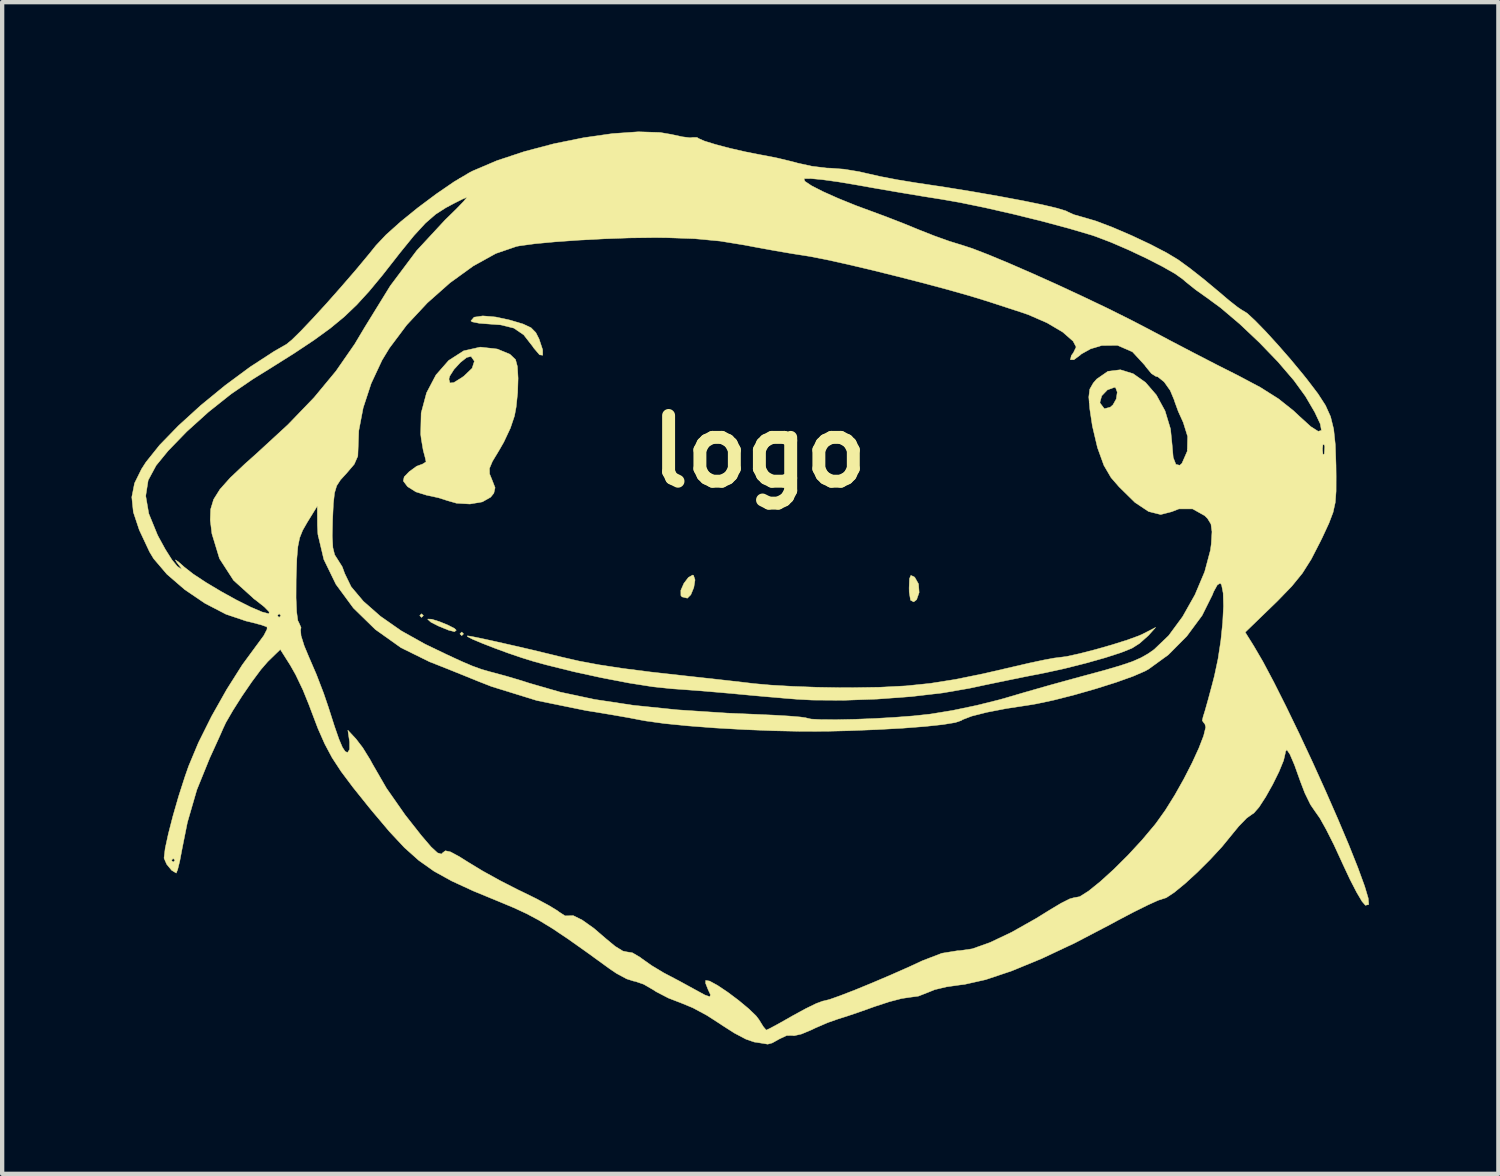
<source format=kicad_pcb>
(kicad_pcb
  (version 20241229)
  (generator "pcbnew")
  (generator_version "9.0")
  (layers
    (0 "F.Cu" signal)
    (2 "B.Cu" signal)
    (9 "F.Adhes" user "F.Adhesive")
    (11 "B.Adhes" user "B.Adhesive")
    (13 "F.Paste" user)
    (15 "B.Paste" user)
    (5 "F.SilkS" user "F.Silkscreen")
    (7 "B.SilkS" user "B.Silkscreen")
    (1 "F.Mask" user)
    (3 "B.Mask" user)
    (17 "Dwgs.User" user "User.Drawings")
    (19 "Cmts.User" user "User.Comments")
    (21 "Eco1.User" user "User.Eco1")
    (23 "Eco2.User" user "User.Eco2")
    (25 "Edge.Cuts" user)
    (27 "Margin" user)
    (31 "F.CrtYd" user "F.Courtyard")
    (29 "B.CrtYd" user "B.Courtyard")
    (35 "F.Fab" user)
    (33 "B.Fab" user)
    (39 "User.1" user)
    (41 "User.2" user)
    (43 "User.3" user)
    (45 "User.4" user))
  (footprint "logo"
    (layer "F.Cu")
    (at 14.554 10.416)
    (property "Reference" "logo" (at 0 -3 0) (layer "F.SilkS") (effects (font (size 1.524 1.524) (thickness 0.3))))
    (attr through_hole)
    (fp_poly (pts (xy -7.789 0.804) (xy -7.832 0.847) (xy -7.874 0.804) (xy -7.832 0.762) (xy -7.789 0.804)) (stroke (width 0.01) (type solid)) (fill yes) (layer "F.SilkS"))
    (fp_poly (pts (xy -6.858 1.228) (xy -6.9 1.27) (xy -6.943 1.228) (xy -6.9 1.185) (xy -6.858 1.228)) (stroke (width 0.01) (type solid)) (fill yes) (layer "F.SilkS"))
    (fp_poly (pts (xy -7.593 0.889) (xy -7.415 0.945) (xy -7.219 1.025) (xy -7.069 1.102) (xy -7.027 1.144) (xy -7.067 1.177) (xy -7.204 1.143) (xy -7.439 1.047) (xy -7.614 0.958) (xy -7.688 0.892) (xy -7.685 0.884) (xy -7.593 0.889)) (stroke (width 0.01) (type solid)) (fill yes) (layer "F.SilkS"))
    (fp_poly (pts (xy -1.528 -0.129) (xy -1.492 -0.023) (xy -1.52 0.153) (xy -1.589 0.321) (xy -1.669 0.401) (xy -1.793 0.371) (xy -1.82 0.339) (xy -1.821 0.218) (xy -1.75 0.057) (xy -1.645 -0.081) (xy -1.546 -0.136) (xy -1.528 -0.129)) (stroke (width 0.01) (type solid)) (fill yes) (layer "F.SilkS"))
    (fp_poly (pts (xy 3.586 -0.095) (xy 3.603 -0.081) (xy 3.689 0.071) (xy 3.703 0.269) (xy 3.645 0.435) (xy 3.577 0.487) (xy 3.504 0.448) (xy 3.473 0.26) (xy 3.471 0.166) (xy 3.479 -0.051) (xy 3.512 -0.128) (xy 3.586 -0.095)) (stroke (width 0.01) (type solid)) (fill yes) (layer "F.SilkS"))
    (fp_poly (pts (xy -6.109 -6.117) (xy -5.783 -6.046) (xy -5.478 -5.955) (xy -5.293 -5.868) (xy -5.182 -5.755) (xy -5.107 -5.607) (xy -5.024 -5.357) (xy -5.023 -5.231) (xy -5.096 -5.241) (xy -5.231 -5.399) (xy -5.256 -5.437) (xy -5.464 -5.704) (xy -5.693 -5.86) (xy -5.998 -5.935) (xy -6.247 -5.953) (xy -6.494 -5.972) (xy -6.654 -6.004) (xy -6.688 -6.027) (xy -6.614 -6.113) (xy -6.411 -6.143) (xy -6.109 -6.117)) (stroke (width 0.01) (type solid)) (fill yes) (layer "F.SilkS"))
    (fp_poly (pts (xy -6.076 -5.375) (xy -5.784 -5.255) (xy -5.653 -5.131) (xy -5.61 -4.971) (xy -5.594 -4.698) (xy -5.604 -4.366) (xy -5.639 -4.029) (xy -5.677 -3.824) (xy -5.772 -3.542) (xy -5.927 -3.213) (xy -6.038 -3.02) (xy -6.189 -2.77) (xy -6.257 -2.608) (xy -6.254 -2.479) (xy -6.198 -2.343) (xy -6.127 -2.16) (xy -6.156 -2.033) (xy -6.229 -1.941) (xy -6.423 -1.831) (xy -6.711 -1.782) (xy -7.024 -1.801) (xy -7.239 -1.863) (xy -7.439 -1.927) (xy -7.696 -1.983) (xy -7.714 -1.986) (xy -7.962 -2.063) (xy -8.153 -2.183) (xy -8.164 -2.195) (xy -8.255 -2.316) (xy -8.234 -2.412) (xy -8.118 -2.532) (xy -7.944 -2.659) (xy -7.807 -2.709) (xy -7.727 -2.761) (xy -7.748 -2.857) (xy -7.794 -3.03) (xy -7.838 -3.289) (xy -7.852 -3.401) (xy -7.841 -3.892) (xy -7.716 -4.359) (xy -7.548 -4.679) (xy -7.197 -4.679) (xy -7.174 -4.589) (xy -7.087 -4.596) (xy -6.907 -4.707) (xy -6.85 -4.747) (xy -6.66 -4.929) (xy -6.607 -5.093) (xy -6.684 -5.204) (xy -6.785 -5.18) (xy -6.932 -5.063) (xy -7.08 -4.902) (xy -7.179 -4.746) (xy -7.197 -4.679) (xy -7.548 -4.679) (xy -7.497 -4.775) (xy -7.204 -5.109) (xy -6.856 -5.333) (xy -6.475 -5.419) (xy -6.46 -5.419) (xy -6.076 -5.375)) (stroke (width 0.01) (type solid)) (fill yes) (layer "F.SilkS"))
    (fp_poly (pts (xy 9.017 1.267) (xy 8.814 1.448) (xy 8.636 1.561) (xy 8.384 1.662) (xy 8.012 1.782) (xy 7.565 1.908) (xy 7.089 2.028) (xy 6.631 2.129) (xy 6.519 2.151) (xy 6.17 2.219) (xy 5.72 2.311) (xy 5.232 2.412) (xy 4.868 2.49) (xy 4.249 2.597) (xy 3.518 2.682) (xy 2.733 2.74) (xy 1.95 2.768) (xy 1.226 2.763) (xy 0.889 2.745) (xy 0.624 2.724) (xy 0.248 2.692) (xy -0.181 2.654) (xy -0.466 2.627) (xy -0.931 2.585) (xy -1.415 2.545) (xy -1.843 2.513) (xy -2.032 2.5) (xy -2.47 2.454) (xy -3.024 2.367) (xy -3.65 2.247) (xy -4.302 2.105) (xy -4.935 1.948) (xy -5.239 1.865) (xy -5.515 1.779) (xy -5.829 1.672) (xy -6.145 1.556) (xy -6.429 1.445) (xy -6.648 1.353) (xy -6.767 1.291) (xy -6.769 1.273) (xy -6.663 1.29) (xy -6.426 1.338) (xy -6.094 1.411) (xy -5.701 1.5) (xy -5.281 1.597) (xy -4.87 1.696) (xy -4.614 1.759) (xy -4.184 1.858) (xy -3.713 1.946) (xy -3.169 2.029) (xy -2.519 2.112) (xy -1.778 2.195) (xy -1.305 2.247) (xy -0.763 2.307) (xy -0.25 2.366) (xy -0.127 2.381) (xy 0.267 2.416) (xy 0.774 2.445) (xy 1.339 2.466) (xy 1.906 2.476) (xy 2.117 2.476) (xy 2.797 2.465) (xy 3.396 2.434) (xy 3.961 2.376) (xy 4.543 2.284) (xy 5.192 2.152) (xy 5.888 1.991) (xy 6.267 1.903) (xy 6.596 1.833) (xy 6.833 1.789) (xy 6.925 1.778) (xy 7.118 1.753) (xy 7.423 1.686) (xy 7.792 1.591) (xy 8.177 1.481) (xy 8.529 1.37) (xy 8.8 1.271) (xy 8.89 1.23) (xy 9.186 1.078) (xy 9.017 1.267)) (stroke (width 0.01) (type solid)) (fill yes) (layer "F.SilkS"))
    (fp_poly (pts (xy -2.301 -10.395) (xy -2.044 -10.351) (xy -1.787 -10.295) (xy -1.602 -10.272) (xy -1.544 -10.281) (xy -1.447 -10.281) (xy -1.405 -10.254) (xy -1.273 -10.196) (xy -1.019 -10.118) (xy -0.687 -10.03) (xy -0.32 -9.946) (xy 0.036 -9.876) (xy 0.127 -9.86) (xy 0.422 -9.801) (xy 0.763 -9.719) (xy 0.883 -9.686) (xy 1.215 -9.613) (xy 1.555 -9.571) (xy 1.662 -9.567) (xy 1.962 -9.544) (xy 2.315 -9.486) (xy 2.484 -9.447) (xy 2.806 -9.374) (xy 3.209 -9.297) (xy 3.607 -9.232) (xy 3.61 -9.231) (xy 4.291 -9.129) (xy 4.95 -9.022) (xy 5.562 -8.915) (xy 6.107 -8.813) (xy 6.561 -8.72) (xy 6.903 -8.639) (xy 7.109 -8.576) (xy 7.154 -8.552) (xy 7.291 -8.49) (xy 7.506 -8.429) (xy 7.515 -8.427) (xy 7.806 -8.341) (xy 8.194 -8.193) (xy 8.629 -8.006) (xy 9.063 -7.802) (xy 9.445 -7.603) (xy 9.706 -7.446) (xy 9.981 -7.246) (xy 10.311 -6.986) (xy 10.626 -6.723) (xy 10.635 -6.716) (xy 10.882 -6.506) (xy 11.081 -6.349) (xy 11.197 -6.27) (xy 11.21 -6.265) (xy 11.308 -6.204) (xy 11.49 -6.035) (xy 11.734 -5.785) (xy 12.016 -5.476) (xy 12.314 -5.135) (xy 12.605 -4.784) (xy 12.7 -4.665) (xy 12.947 -4.341) (xy 13.123 -4.069) (xy 13.241 -3.808) (xy 13.313 -3.517) (xy 13.351 -3.155) (xy 13.367 -2.682) (xy 13.37 -2.429) (xy 13.369 -2.08) (xy 13.35 -1.819) (xy 13.299 -1.589) (xy 13.202 -1.334) (xy 13.046 -0.998) (xy 13 -0.905) (xy 12.792 -0.501) (xy 12.587 -0.177) (xy 12.342 0.124) (xy 12.016 0.461) (xy 11.943 0.532) (xy 11.262 1.191) (xy 11.459 1.506) (xy 11.672 1.87) (xy 11.926 2.348) (xy 12.21 2.913) (xy 12.513 3.539) (xy 12.822 4.199) (xy 13.124 4.867) (xy 13.408 5.515) (xy 13.662 6.116) (xy 13.873 6.645) (xy 14.03 7.075) (xy 14.114 7.356) (xy 14.126 7.502) (xy 14.051 7.52) (xy 14.047 7.519) (xy 13.97 7.43) (xy 13.844 7.217) (xy 13.686 6.91) (xy 13.513 6.54) (xy 13.497 6.504) (xy 13.317 6.114) (xy 13.143 5.769) (xy 12.996 5.505) (xy 12.894 5.359) (xy 12.892 5.357) (xy 12.776 5.188) (xy 12.644 4.918) (xy 12.54 4.646) (xy 12.405 4.268) (xy 12.299 4.02) (xy 12.227 3.914) (xy 12.195 3.958) (xy 12.193 3.987) (xy 12.152 4.163) (xy 12.046 4.422) (xy 11.899 4.719) (xy 11.737 5.008) (xy 11.583 5.245) (xy 11.461 5.385) (xy 11.434 5.401) (xy 11.297 5.498) (xy 11.11 5.691) (xy 10.947 5.89) (xy 10.723 6.164) (xy 10.449 6.46) (xy 10.154 6.754) (xy 9.867 7.017) (xy 9.616 7.223) (xy 9.431 7.345) (xy 9.365 7.366) (xy 9.244 7.405) (xy 9.006 7.513) (xy 8.681 7.674) (xy 8.3 7.874) (xy 8.148 7.957) (xy 7.318 8.391) (xy 6.545 8.755) (xy 5.848 9.042) (xy 5.245 9.244) (xy 4.755 9.354) (xy 4.66 9.365) (xy 4.341 9.41) (xy 4.067 9.475) (xy 3.919 9.535) (xy 3.687 9.626) (xy 3.495 9.652) (xy 3.299 9.681) (xy 3.008 9.757) (xy 2.682 9.864) (xy 2.667 9.869) (xy 2.336 9.987) (xy 2.033 10.09) (xy 1.823 10.156) (xy 1.82 10.157) (xy 1.584 10.24) (xy 1.299 10.363) (xy 1.204 10.409) (xy 0.974 10.505) (xy 0.802 10.544) (xy 0.756 10.537) (xy 0.63 10.54) (xy 0.465 10.618) (xy 0.296 10.712) (xy 0.193 10.74) (xy 0.068 10.719) (xy -0.122 10.69) (xy -0.312 10.624) (xy -0.581 10.482) (xy -0.873 10.295) (xy -0.897 10.278) (xy -1.215 10.073) (xy -1.542 9.897) (xy -1.806 9.788) (xy -2.109 9.671) (xy -2.394 9.523) (xy -2.459 9.48) (xy -2.682 9.351) (xy -2.883 9.282) (xy -2.91 9.279) (xy -3.077 9.226) (xy -3.313 9.099) (xy -3.471 8.992) (xy -4.012 8.6) (xy -4.446 8.293) (xy -4.802 8.055) (xy -5.109 7.868) (xy -5.395 7.715) (xy -5.688 7.579) (xy -6.006 7.446) (xy -6.632 7.188) (xy -7.133 6.957) (xy -7.543 6.73) (xy -7.896 6.48) (xy -8.229 6.183) (xy -8.576 5.812) (xy -8.971 5.344) (xy -9.063 5.232) (xy -9.422 4.784) (xy -9.695 4.42) (xy -9.905 4.099) (xy -10.076 3.779) (xy -10.235 3.418) (xy -10.404 2.973) (xy -10.439 2.879) (xy -10.582 2.526) (xy -10.749 2.177) (xy -10.872 1.959) (xy -11.106 1.589) (xy -11.395 1.87) (xy -11.557 2.057) (xy -11.768 2.341) (xy -11.995 2.672) (xy -12.205 3.003) (xy -12.368 3.284) (xy -12.436 3.429) (xy -12.485 3.542) (xy -12.586 3.765) (xy -12.717 4.052) (xy -12.742 4.106) (xy -13.041 4.843) (xy -13.26 5.598) (xy -13.381 6.202) (xy -13.435 6.487) (xy -13.485 6.691) (xy -13.518 6.773) (xy -13.519 6.773) (xy -13.625 6.709) (xy -13.74 6.569) (xy -13.78 6.477) (xy -13.631 6.477) (xy -13.589 6.519) (xy -13.547 6.477) (xy -13.589 6.435) (xy -13.631 6.477) (xy -13.78 6.477) (xy -13.8 6.431) (xy -13.801 6.42) (xy -13.775 6.202) (xy -13.702 5.866) (xy -13.595 5.45) (xy -13.464 4.996) (xy -13.318 4.542) (xy -13.233 4.298) (xy -13.004 3.75) (xy -12.699 3.138) (xy -12.349 2.518) (xy -11.987 1.946) (xy -11.644 1.479) (xy -11.637 1.47) (xy -11.488 1.267) (xy -11.412 1.118) (xy -11.415 1.067) (xy -11.535 1.024) (xy -11.758 0.964) (xy -11.901 0.93) (xy -12.273 0.804) (xy -11.176 0.804) (xy -11.134 0.847) (xy -11.091 0.804) (xy -11.134 0.762) (xy -11.176 0.804) (xy -12.273 0.804) (xy -12.364 0.774) (xy -12.853 0.52) (xy -13.324 0.2) (xy -13.735 -0.155) (xy -14.043 -0.516) (xy -14.137 -0.672) (xy -14.376 -1.182) (xy -14.513 -1.594) (xy -14.549 -1.943) (xy -14.543 -1.971) (xy -14.226 -1.971) (xy -14.155 -1.559) (xy -13.955 -1.07) (xy -13.935 -1.03) (xy -13.773 -0.734) (xy -13.618 -0.488) (xy -13.499 -0.343) (xy -13.49 -0.335) (xy -13.398 -0.27) (xy -13.411 -0.307) (xy -13.502 -0.425) (xy -13.54 -0.488) (xy -13.47 -0.443) (xy -13.333 -0.322) (xy -13.125 -0.159) (xy -12.829 0.036) (xy -12.483 0.243) (xy -12.125 0.441) (xy -11.794 0.607) (xy -11.528 0.721) (xy -11.369 0.762) (xy -11.363 0.719) (xy -11.475 0.604) (xy -11.68 0.442) (xy -11.711 0.42) (xy -11.738 0.395) (xy -10.741 0.395) (xy -10.727 0.72) (xy -10.7 0.92) (xy -10.675 0.969) (xy -10.625 1.082) (xy -10.636 1.14) (xy -10.625 1.272) (xy -10.552 1.505) (xy -10.434 1.788) (xy -10.431 1.794) (xy -10.268 2.172) (xy -10.101 2.607) (xy -9.994 2.921) (xy -9.852 3.365) (xy -9.746 3.67) (xy -9.666 3.859) (xy -9.602 3.954) (xy -9.547 3.979) (xy -9.5 3.907) (xy -9.5 3.732) (xy -9.502 3.72) (xy -9.54 3.461) (xy -9.35 3.665) (xy -9.194 3.869) (xy -9.027 4.139) (xy -8.971 4.242) (xy -8.646 4.805) (xy -8.213 5.424) (xy -7.838 5.901) (xy -7.611 6.166) (xy -7.461 6.305) (xy -7.372 6.333) (xy -7.342 6.303) (xy -7.279 6.256) (xy -7.161 6.282) (xy -6.958 6.391) (xy -6.748 6.523) (xy -6.415 6.725) (xy -6.004 6.952) (xy -5.593 7.162) (xy -5.507 7.203) (xy -5.173 7.367) (xy -4.885 7.522) (xy -4.687 7.642) (xy -4.639 7.678) (xy -4.504 7.765) (xy -4.434 7.764) (xy -4.316 7.759) (xy -4.109 7.861) (xy -3.838 8.053) (xy -3.56 8.292) (xy -3.344 8.471) (xy -3.165 8.581) (xy -3.076 8.6) (xy -2.944 8.621) (xy -2.762 8.728) (xy -2.733 8.751) (xy -2.5 8.916) (xy -2.221 9.084) (xy -2.159 9.117) (xy -1.856 9.276) (xy -1.547 9.445) (xy -1.5 9.471) (xy -1.263 9.6) (xy -1.148 9.64) (xy -1.134 9.593) (xy -1.189 9.475) (xy -1.248 9.325) (xy -1.245 9.261) (xy -1.153 9.277) (xy -0.97 9.377) (xy -0.734 9.535) (xy -0.482 9.724) (xy -0.251 9.916) (xy -0.077 10.083) (xy -0.012 10.168) (xy 0.091 10.334) (xy 0.158 10.413) (xy 0.161 10.413) (xy 0.245 10.374) (xy 0.438 10.27) (xy 0.702 10.121) (xy 0.782 10.075) (xy 1.074 9.916) (xy 1.32 9.796) (xy 1.475 9.739) (xy 1.493 9.737) (xy 1.625 9.704) (xy 1.878 9.614) (xy 2.222 9.481) (xy 2.623 9.316) (xy 3.05 9.134) (xy 3.471 8.948) (xy 3.779 8.805) (xy 4.23 8.632) (xy 4.602 8.572) (xy 4.633 8.573) (xy 4.935 8.529) (xy 5.346 8.383) (xy 5.847 8.145) (xy 6.418 7.823) (xy 6.731 7.629) (xy 6.99 7.474) (xy 7.194 7.371) (xy 7.303 7.341) (xy 7.306 7.342) (xy 7.425 7.32) (xy 7.631 7.19) (xy 7.901 6.972) (xy 8.213 6.689) (xy 8.544 6.36) (xy 8.871 6.006) (xy 9.171 5.649) (xy 9.197 5.615) (xy 9.41 5.317) (xy 9.629 4.966) (xy 9.84 4.591) (xy 10.031 4.218) (xy 10.188 3.876) (xy 10.298 3.591) (xy 10.347 3.391) (xy 10.323 3.304) (xy 10.312 3.302) (xy 10.267 3.239) (xy 10.285 3.154) (xy 10.33 3.01) (xy 10.404 2.747) (xy 10.495 2.408) (xy 10.548 2.203) (xy 10.632 1.809) (xy 10.697 1.384) (xy 10.74 0.964) (xy 10.759 0.585) (xy 10.751 0.283) (xy 10.714 0.094) (xy 10.683 0.052) (xy 10.615 0.095) (xy 10.528 0.254) (xy 10.502 0.322) (xy 10.263 0.802) (xy 9.908 1.282) (xy 9.48 1.713) (xy 9.024 2.044) (xy 8.942 2.09) (xy 8.665 2.21) (xy 8.268 2.352) (xy 7.799 2.5) (xy 7.303 2.642) (xy 6.828 2.763) (xy 6.42 2.85) (xy 6.26 2.877) (xy 5.723 2.959) (xy 5.269 3.047) (xy 4.922 3.135) (xy 4.711 3.216) (xy 4.682 3.236) (xy 4.54 3.284) (xy 4.251 3.331) (xy 3.837 3.375) (xy 3.319 3.415) (xy 2.719 3.448) (xy 2.059 3.474) (xy 1.566 3.486) (xy 0.981 3.488) (xy 0.331 3.474) (xy -0.349 3.447) (xy -1.022 3.409) (xy -1.649 3.361) (xy -2.196 3.307) (xy -2.624 3.248) (xy -2.752 3.225) (xy -3.027 3.172) (xy -3.405 3.106) (xy -3.824 3.036) (xy -4.012 3.007) (xy -5.156 2.774) (xy -6.21 2.448) (xy -6.519 2.327) (xy -6.834 2.199) (xy -7.226 2.041) (xy -7.615 1.887) (xy -7.645 1.876) (xy -8.308 1.549) (xy -8.903 1.126) (xy -9.412 0.629) (xy -9.816 0.08) (xy -10.097 -0.497) (xy -10.224 -1.033) (xy -9.902 -1.033) (xy -9.887 -0.77) (xy -9.846 -0.605) (xy -9.794 -0.524) (xy -9.67 -0.327) (xy -9.612 -0.169) (xy -9.464 0.136) (xy -9.18 0.473) (xy -8.784 0.821) (xy -8.302 1.158) (xy -7.756 1.463) (xy -7.705 1.488) (xy -7.249 1.707) (xy -6.91 1.864) (xy -6.652 1.974) (xy -6.442 2.05) (xy -6.244 2.107) (xy -6.181 2.123) (xy -5.871 2.207) (xy -5.511 2.314) (xy -5.334 2.371) (xy -4.618 2.578) (xy -3.82 2.748) (xy -2.921 2.884) (xy -1.903 2.989) (xy -0.746 3.065) (xy -0.09 3.093) (xy 0.331 3.112) (xy 0.688 3.133) (xy 0.949 3.155) (xy 1.081 3.174) (xy 1.09 3.178) (xy 1.2 3.203) (xy 1.447 3.216) (xy 1.796 3.217) (xy 2.216 3.208) (xy 2.674 3.19) (xy 3.136 3.163) (xy 3.57 3.13) (xy 3.942 3.09) (xy 3.979 3.085) (xy 4.479 3.003) (xy 5.038 2.886) (xy 5.56 2.756) (xy 5.715 2.712) (xy 6.182 2.575) (xy 6.725 2.42) (xy 7.258 2.273) (xy 7.493 2.209) (xy 7.997 2.073) (xy 8.368 1.964) (xy 8.64 1.872) (xy 8.844 1.783) (xy 9.013 1.687) (xy 9.152 1.589) (xy 9.487 1.269) (xy 9.811 0.829) (xy 10.098 0.32) (xy 10.322 -0.211) (xy 10.456 -0.713) (xy 10.475 -0.855) (xy 10.492 -1.139) (xy 10.468 -1.317) (xy 10.389 -1.446) (xy 10.324 -1.511) (xy 10.042 -1.669) (xy 9.726 -1.669) (xy 9.557 -1.603) (xy 9.303 -1.538) (xy 9.022 -1.608) (xy 8.704 -1.82) (xy 8.338 -2.18) (xy 8.152 -2.394) (xy 7.986 -2.678) (xy 7.837 -3.09) (xy 7.719 -3.59) (xy 7.66 -3.98) (xy 7.646 -4.14) (xy 7.894 -4.14) (xy 7.9 -4.119) (xy 7.997 -3.991) (xy 8.134 -4.027) (xy 8.196 -4.081) (xy 8.273 -4.218) (xy 8.296 -4.375) (xy 8.258 -4.478) (xy 8.229 -4.487) (xy 8.067 -4.427) (xy 7.936 -4.29) (xy 7.894 -4.14) (xy 7.646 -4.14) (xy 7.636 -4.262) (xy 7.658 -4.443) (xy 7.74 -4.587) (xy 7.82 -4.679) (xy 8.08 -4.859) (xy 8.369 -4.894) (xy 8.665 -4.803) (xy 8.95 -4.602) (xy 9.203 -4.309) (xy 9.403 -3.943) (xy 9.531 -3.521) (xy 9.569 -3.14) (xy 9.593 -2.861) (xy 9.655 -2.701) (xy 9.745 -2.68) (xy 9.796 -2.726) (xy 9.919 -3.007) (xy 9.92 -3.048) (xy 13.052 -3.048) (xy 13.065 -2.928) (xy 13.095 -2.942) (xy 13.106 -3.116) (xy 13.095 -3.154) (xy 13.064 -3.164) (xy 13.052 -3.048) (xy 9.92 -3.048) (xy 9.927 -3.349) (xy 9.826 -3.673) (xy 9.71 -3.929) (xy 9.625 -4.162) (xy 9.617 -4.192) (xy 9.524 -4.414) (xy 9.383 -4.613) (xy 9.237 -4.73) (xy 9.189 -4.742) (xy 9.089 -4.806) (xy 8.957 -4.966) (xy 8.932 -5.002) (xy 8.649 -5.309) (xy 8.304 -5.459) (xy 7.942 -5.458) (xy 7.678 -5.379) (xy 7.463 -5.259) (xy 7.435 -5.233) (xy 7.29 -5.126) (xy 7.21 -5.127) (xy 7.231 -5.223) (xy 7.28 -5.29) (xy 7.343 -5.422) (xy 7.272 -5.557) (xy 7.029 -5.769) (xy 6.668 -5.982) (xy 6.237 -6.17) (xy 6.096 -6.219) (xy 5.764 -6.327) (xy 5.436 -6.434) (xy 5.292 -6.481) (xy 4.885 -6.606) (xy 4.377 -6.75) (xy 3.803 -6.904) (xy 3.198 -7.059) (xy 2.598 -7.208) (xy 2.038 -7.34) (xy 1.554 -7.447) (xy 1.181 -7.52) (xy 1.058 -7.54) (xy 0.75 -7.588) (xy 0.342 -7.658) (xy -0.102 -7.739) (xy -0.339 -7.784) (xy -0.909 -7.877) (xy -1.503 -7.933) (xy -2.183 -7.957) (xy -2.455 -7.958) (xy -3.004 -7.951) (xy -3.593 -7.93) (xy -4.182 -7.899) (xy -4.731 -7.86) (xy -5.202 -7.816) (xy -5.555 -7.768) (xy -5.63 -7.754) (xy -6.109 -7.59) (xy -6.633 -7.3) (xy -7.172 -6.91) (xy -7.696 -6.446) (xy -8.175 -5.933) (xy -8.577 -5.397) (xy -8.748 -5.115) (xy -9 -4.576) (xy -9.185 -4.012) (xy -9.287 -3.48) (xy -9.3 -3.127) (xy -9.309 -2.893) (xy -9.392 -2.704) (xy -9.572 -2.493) (xy -9.711 -2.341) (xy -9.799 -2.205) (xy -9.849 -2.038) (xy -9.876 -1.793) (xy -9.893 -1.43) (xy -9.902 -1.033) (xy -10.224 -1.033) (xy -10.235 -1.081) (xy -10.246 -1.287) (xy -10.248 -1.736) (xy -10.483 -1.355) (xy -10.588 -1.172) (xy -10.657 -0.999) (xy -10.699 -0.794) (xy -10.723 -0.513) (xy -10.737 -0.113) (xy -10.739 -0.028) (xy -10.741 0.395) (xy -11.738 0.395) (xy -12.19 -0.013) (xy -12.516 -0.517) (xy -12.692 -1.095) (xy -12.693 -1.107) (xy -12.73 -1.41) (xy -12.721 -1.661) (xy -12.652 -1.889) (xy -12.506 -2.122) (xy -12.269 -2.388) (xy -11.924 -2.714) (xy -11.659 -2.95) (xy -10.928 -3.623) (xy -10.323 -4.251) (xy -9.816 -4.863) (xy -9.382 -5.489) (xy -9.146 -5.884) (xy -8.557 -6.839) (xy -7.945 -7.656) (xy -7.285 -8.368) (xy -7.249 -8.403) (xy -7.023 -8.624) (xy -6.86 -8.793) (xy -6.786 -8.882) (xy -6.786 -8.89) (xy -6.879 -8.852) (xy -7.073 -8.755) (xy -7.27 -8.65) (xy -7.505 -8.499) (xy -7.742 -8.293) (xy -8.008 -8.004) (xy -8.333 -7.604) (xy -8.392 -7.528) (xy -8.741 -7.083) (xy -9.046 -6.715) (xy -9.332 -6.402) (xy -9.624 -6.123) (xy -9.948 -5.856) (xy -10.328 -5.58) (xy -10.79 -5.273) (xy -11.359 -4.915) (xy -11.738 -4.68) (xy -12.246 -4.333) (xy -12.773 -3.914) (xy -13.275 -3.461) (xy -13.708 -3.014) (xy -13.985 -2.675) (xy -14.169 -2.333) (xy -14.226 -1.971) (xy -14.543 -1.971) (xy -14.485 -2.265) (xy -14.322 -2.595) (xy -14.221 -2.752) (xy -13.903 -3.149) (xy -13.469 -3.596) (xy -12.953 -4.066) (xy -12.388 -4.529) (xy -11.808 -4.958) (xy -11.247 -5.323) (xy -10.965 -5.484) (xy -10.841 -5.585) (xy -10.63 -5.792) (xy -10.355 -6.082) (xy -10.036 -6.43) (xy -9.697 -6.813) (xy -9.357 -7.206) (xy -9.04 -7.587) (xy -8.888 -7.776) (xy -8.655 -8.023) (xy -8.317 -8.326) (xy -7.915 -8.652) (xy -7.488 -8.971) (xy -7.077 -9.253) (xy -6.962 -9.321) (xy 1.035 -9.321) (xy 1.054 -9.264) (xy 1.208 -9.161) (xy 1.474 -9.025) (xy 1.828 -8.867) (xy 2.245 -8.698) (xy 2.625 -8.558) (xy 2.946 -8.439) (xy 3.337 -8.287) (xy 3.706 -8.136) (xy 4.059 -7.997) (xy 4.403 -7.874) (xy 4.669 -7.792) (xy 4.68 -7.789) (xy 4.935 -7.706) (xy 5.313 -7.56) (xy 5.786 -7.363) (xy 6.326 -7.128) (xy 6.905 -6.868) (xy 7.494 -6.594) (xy 8.067 -6.321) (xy 8.593 -6.059) (xy 9.017 -5.839) (xy 9.518 -5.573) (xy 10.071 -5.284) (xy 10.61 -5.006) (xy 11.068 -4.775) (xy 11.075 -4.772) (xy 11.614 -4.486) (xy 12.035 -4.22) (xy 12.379 -3.947) (xy 12.514 -3.82) (xy 12.783 -3.576) (xy 12.955 -3.467) (xy 13.029 -3.489) (xy 13.002 -3.639) (xy 12.874 -3.912) (xy 12.659 -4.279) (xy 12.391 -4.648) (xy 12.023 -5.077) (xy 11.591 -5.525) (xy 11.136 -5.955) (xy 10.694 -6.33) (xy 10.372 -6.566) (xy 10.114 -6.749) (xy 9.879 -6.937) (xy 9.821 -6.989) (xy 9.64 -7.119) (xy 9.341 -7.289) (xy 8.966 -7.481) (xy 8.556 -7.674) (xy 8.151 -7.849) (xy 7.791 -7.986) (xy 7.705 -8.015) (xy 7.176 -8.171) (xy 6.554 -8.338) (xy 5.89 -8.502) (xy 5.237 -8.651) (xy 4.648 -8.772) (xy 4.233 -8.845) (xy 3.779 -8.917) (xy 3.233 -9.008) (xy 2.67 -9.105) (xy 2.244 -9.181) (xy 1.826 -9.251) (xy 1.464 -9.301) (xy 1.192 -9.327) (xy 1.045 -9.325) (xy 1.035 -9.321) (xy -6.962 -9.321) (xy -6.722 -9.464) (xy -6.646 -9.503) (xy -6.085 -9.742) (xy -5.446 -9.954) (xy -4.763 -10.134) (xy -4.072 -10.274) (xy -3.408 -10.369) (xy -2.806 -10.411) (xy -2.301 -10.395)) (stroke (width 0.01) (type solid)) (fill yes) (layer "F.SilkS")))
  (gr_rect
    (start -3 -3)
    (end 31.685 24.161)
    (stroke (width 0.1) (type default))
    (fill no)
    (layer "Edge.Cuts")))
</source>
